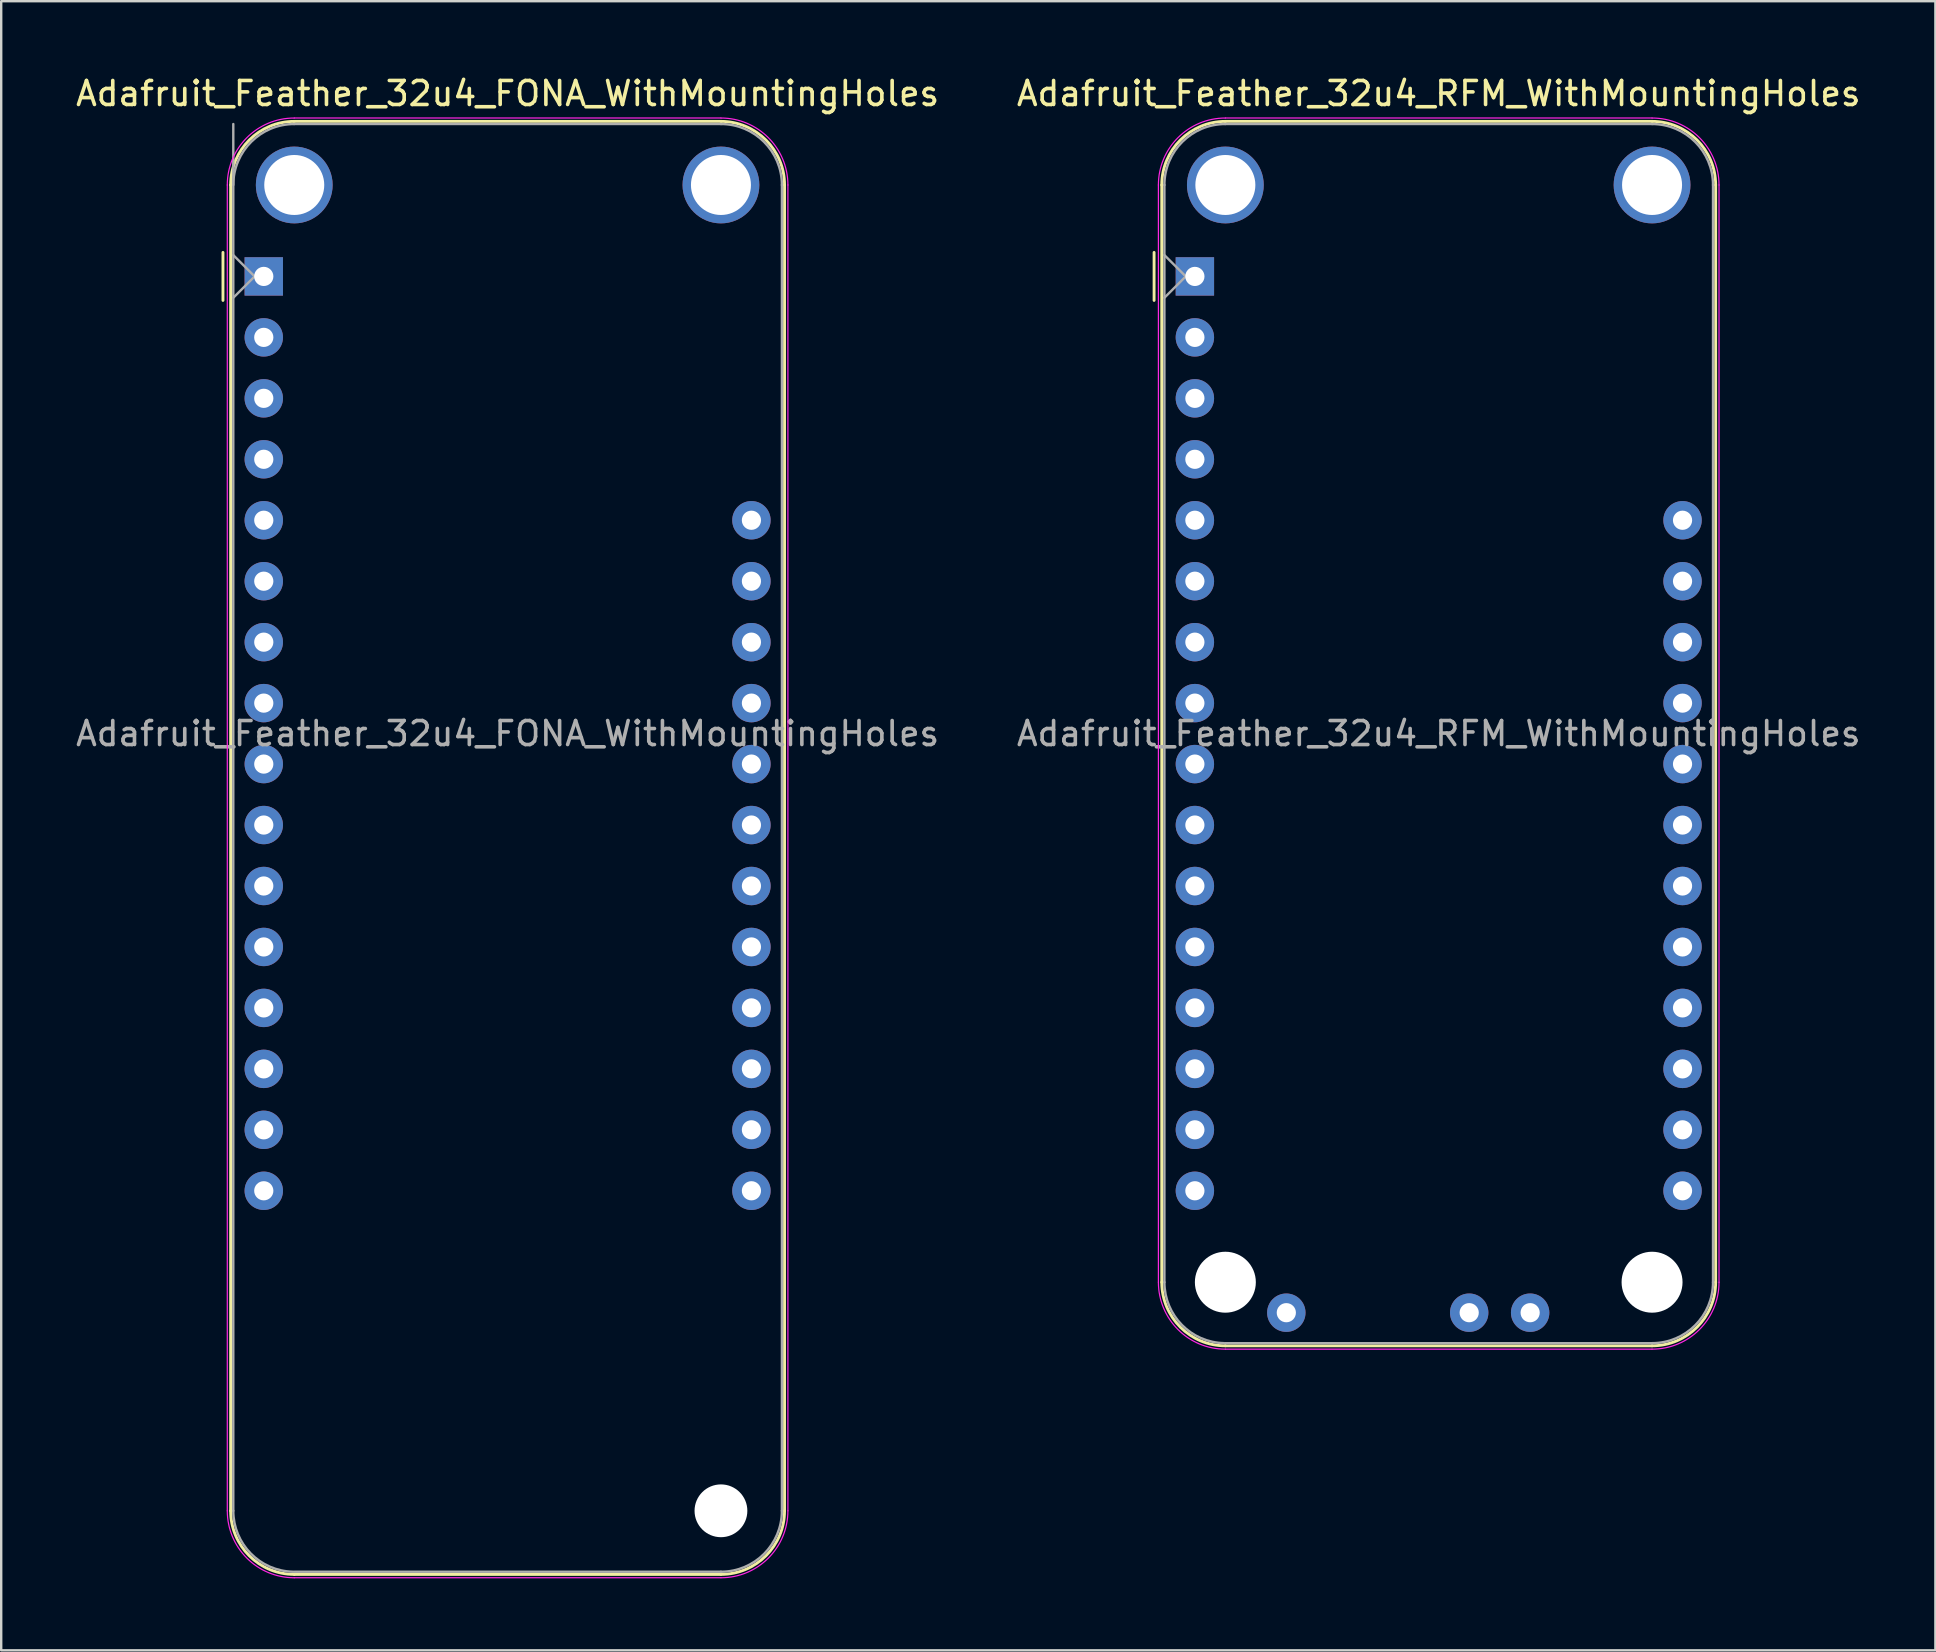
<source format=kicad_pcb>
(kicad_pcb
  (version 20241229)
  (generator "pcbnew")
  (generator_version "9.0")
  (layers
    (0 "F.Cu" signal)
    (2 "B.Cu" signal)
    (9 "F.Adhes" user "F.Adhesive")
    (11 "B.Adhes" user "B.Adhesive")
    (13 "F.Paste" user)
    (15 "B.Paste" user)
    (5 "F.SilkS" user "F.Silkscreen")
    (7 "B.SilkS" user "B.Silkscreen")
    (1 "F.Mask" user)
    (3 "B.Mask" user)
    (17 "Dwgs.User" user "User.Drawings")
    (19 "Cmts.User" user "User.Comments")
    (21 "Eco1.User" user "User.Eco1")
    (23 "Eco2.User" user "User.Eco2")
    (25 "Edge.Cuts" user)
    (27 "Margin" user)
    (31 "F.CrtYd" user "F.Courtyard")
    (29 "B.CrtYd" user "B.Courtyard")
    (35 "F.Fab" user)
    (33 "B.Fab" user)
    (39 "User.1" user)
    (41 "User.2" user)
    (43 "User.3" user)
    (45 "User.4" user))
  (footprint "Adafruit_Feather_32u4_FONA_WithMountingHoles"
    (layer "F.Cu")
    (at 7.941 8.468)
    (property "Reference" "Adafruit_Feather_32u4_FONA_WithMountingHoles" (at 10.16 -7.62 0) (layer "F.SilkS") (effects (font (size 1 1) (thickness 0.15))))
    (attr through_hole)
    (fp_line (start -1.7 1) (end -1.7 -1) (stroke (width 0.12) (type solid)) (layer "F.SilkS"))
    (fp_line (start -1.38 -3.81) (end -1.38 51.435) (stroke (width 0.12) (type solid)) (layer "F.SilkS"))
    (fp_line (start 19.05 -6.46) (end 1.27 -6.46) (stroke (width 0.12) (type solid)) (layer "F.SilkS"))
    (fp_line (start 19.05 54.085) (end 1.27 54.085) (stroke (width 0.12) (type solid)) (layer "F.SilkS"))
    (fp_line (start 21.7 -3.81) (end 21.7 51.435) (stroke (width 0.12) (type solid)) (layer "F.SilkS"))
    (fp_arc (start -1.38 -3.81) (mid -0.603833 -5.683833) (end 1.27 -6.46) (stroke (width 0.12) (type solid)) (layer "F.SilkS"))
    (fp_arc (start 1.27 54.085) (mid -0.603833 53.308833) (end -1.38 51.435) (stroke (width 0.12) (type solid)) (layer "F.SilkS"))
    (fp_arc (start 19.05 -6.46) (mid 20.923833 -5.683833) (end 21.7 -3.81) (stroke (width 0.12) (type solid)) (layer "F.SilkS"))
    (fp_arc (start 21.7 51.435) (mid 20.923833 53.308833) (end 19.05 54.085) (stroke (width 0.12) (type solid)) (layer "F.SilkS"))
    (fp_line (start -1.52 51.435) (end -1.52 -3.81) (stroke (width 0.05) (type solid)) (layer "F.CrtYd"))
    (fp_line (start 19.05 -6.6) (end 1.27 -6.6) (stroke (width 0.05) (type solid)) (layer "F.CrtYd"))
    (fp_line (start 19.05 54.225) (end 1.27 54.225) (stroke (width 0.05) (type solid)) (layer "F.CrtYd"))
    (fp_line (start 21.84 51.435) (end 21.84 -3.81) (stroke (width 0.05) (type solid)) (layer "F.CrtYd"))
    (fp_arc (start -1.52 -3.81) (mid -0.702828 -5.782828) (end 1.27 -6.6) (stroke (width 0.05) (type solid)) (layer "F.CrtYd"))
    (fp_arc (start 1.27 54.225) (mid -0.702828 53.407828) (end -1.52 51.435) (stroke (width 0.05) (type solid)) (layer "F.CrtYd"))
    (fp_arc (start 19.05 -6.6) (mid 21.022828 -5.782828) (end 21.84 -3.81) (stroke (width 0.05) (type solid)) (layer "F.CrtYd"))
    (fp_arc (start 21.84 51.435) (mid 21.022828 53.407828) (end 19.05 54.225) (stroke (width 0.05) (type solid)) (layer "F.CrtYd"))
    (fp_line (start -1.27 -6.35) (end -1.27 51.435) (stroke (width 0.1) (type solid)) (layer "F.Fab"))
    (fp_line (start -1.27 -0.889) (end -0.381 0) (stroke (width 0.1) (type solid)) (layer "F.Fab"))
    (fp_line (start -0.381 0) (end -1.27 0.889) (stroke (width 0.1) (type solid)) (layer "F.Fab"))
    (fp_line (start 1.27 53.975) (end 19.05 53.975) (stroke (width 0.1) (type solid)) (layer "F.Fab"))
    (fp_line (start 19.05 -6.35) (end 1.27 -6.35) (stroke (width 0.1) (type solid)) (layer "F.Fab"))
    (fp_line (start 21.59 51.435) (end 21.59 -3.81) (stroke (width 0.1) (type solid)) (layer "F.Fab"))
    (fp_arc (start -1.27 -3.81) (mid -0.526051 -5.606051) (end 1.27 -6.35) (stroke (width 0.1) (type solid)) (layer "F.Fab"))
    (fp_arc (start 1.221238 53.974532) (mid -0.543209 53.213728) (end -1.27 51.435) (stroke (width 0.1) (type solid)) (layer "F.Fab"))
    (fp_arc (start 19.05 -6.35) (mid 20.846051 -5.606051) (end 21.59 -3.81) (stroke (width 0.1) (type solid)) (layer "F.Fab"))
    (fp_arc (start 21.59 51.435) (mid 20.846051 53.231051) (end 19.05 53.975) (stroke (width 0.1) (type solid)) (layer "F.Fab"))
    (fp_text user "${REFERENCE}" (at 10.16 19.05 180) (layer "F.Fab") (effects (font (size 1 1) (thickness 0.15))))
    (pad "" np_thru_hole circle (at 1.27 -3.81 270) (size 3.2 3.2) (drill 2.5) (layers "*.Cu" "*.Mask"))
    (pad "" np_thru_hole circle (at 19.05 -3.81 270) (size 3.2 3.2) (drill 2.5) (layers "*.Cu" "*.Mask"))
    (pad "" np_thru_hole circle (at 19.05 51.435 270) (size 2.2 2.2) (drill 2.2) (layers "*.Cu" "*.Mask"))
    (pad "1" thru_hole rect (at 0 0 180) (size 1.6 1.6) (drill 0.8) (layers "*.Cu" "*.Mask"))
    (pad "2" thru_hole circle (at 0 2.54 180) (size 1.6 1.6) (drill 0.8) (layers "*.Cu" "*.Mask"))
    (pad "3" thru_hole circle (at 0 5.08 180) (size 1.6 1.6) (drill 0.8) (layers "*.Cu" "*.Mask"))
    (pad "4" thru_hole circle (at 0 7.62 180) (size 1.6 1.6) (drill 0.8) (layers "*.Cu" "*.Mask"))
    (pad "5" thru_hole circle (at 0 10.16 180) (size 1.6 1.6) (drill 0.8) (layers "*.Cu" "*.Mask"))
    (pad "6" thru_hole circle (at 0 12.7 180) (size 1.6 1.6) (drill 0.8) (layers "*.Cu" "*.Mask"))
    (pad "7" thru_hole circle (at 0 15.24 180) (size 1.6 1.6) (drill 0.8) (layers "*.Cu" "*.Mask"))
    (pad "8" thru_hole circle (at 0 17.78 180) (size 1.6 1.6) (drill 0.8) (layers "*.Cu" "*.Mask"))
    (pad "9" thru_hole circle (at 0 20.32 180) (size 1.6 1.6) (drill 0.8) (layers "*.Cu" "*.Mask"))
    (pad "10" thru_hole circle (at 0 22.86 180) (size 1.6 1.6) (drill 0.8) (layers "*.Cu" "*.Mask"))
    (pad "11" thru_hole circle (at 0 25.4 180) (size 1.6 1.6) (drill 0.8) (layers "*.Cu" "*.Mask"))
    (pad "12" thru_hole circle (at 0 27.94 180) (size 1.6 1.6) (drill 0.8) (layers "*.Cu" "*.Mask"))
    (pad "13" thru_hole circle (at 0 30.48 180) (size 1.6 1.6) (drill 0.8) (layers "*.Cu" "*.Mask"))
    (pad "14" thru_hole circle (at 0 33.02 180) (size 1.6 1.6) (drill 0.8) (layers "*.Cu" "*.Mask"))
    (pad "15" thru_hole circle (at 0 35.56 180) (size 1.6 1.6) (drill 0.8) (layers "*.Cu" "*.Mask"))
    (pad "16" thru_hole circle (at 0 38.1 180) (size 1.6 1.6) (drill 0.8) (layers "*.Cu" "*.Mask"))
    (pad "17" thru_hole circle (at 20.32 38.1 180) (size 1.6 1.6) (drill 0.8) (layers "*.Cu" "*.Mask"))
    (pad "18" thru_hole circle (at 20.32 35.56 180) (size 1.6 1.6) (drill 0.8) (layers "*.Cu" "*.Mask"))
    (pad "19" thru_hole circle (at 20.32 33.02 180) (size 1.6 1.6) (drill 0.8) (layers "*.Cu" "*.Mask"))
    (pad "20" thru_hole circle (at 20.32 30.48 180) (size 1.6 1.6) (drill 0.8) (layers "*.Cu" "*.Mask"))
    (pad "21" thru_hole circle (at 20.32 27.94 180) (size 1.6 1.6) (drill 0.8) (layers "*.Cu" "*.Mask"))
    (pad "22" thru_hole circle (at 20.32 25.4 180) (size 1.6 1.6) (drill 0.8) (layers "*.Cu" "*.Mask"))
    (pad "23" thru_hole circle (at 20.32 22.86 180) (size 1.6 1.6) (drill 0.8) (layers "*.Cu" "*.Mask"))
    (pad "24" thru_hole circle (at 20.32 20.32 180) (size 1.6 1.6) (drill 0.8) (layers "*.Cu" "*.Mask"))
    (pad "25" thru_hole circle (at 20.32 17.78 180) (size 1.6 1.6) (drill 0.8) (layers "*.Cu" "*.Mask"))
    (pad "26" thru_hole circle (at 20.32 15.24 180) (size 1.6 1.6) (drill 0.8) (layers "*.Cu" "*.Mask"))
    (pad "27" thru_hole circle (at 20.32 12.7 180) (size 1.6 1.6) (drill 0.8) (layers "*.Cu" "*.Mask"))
    (pad "28" thru_hole circle (at 20.32 10.16 180) (size 1.6 1.6) (drill 0.8) (layers "*.Cu" "*.Mask")))
  (footprint "Adafruit_Feather_32u4_RFM_WithMountingHoles"
    (layer "F.Cu")
    (at 46.739 8.468)
    (property "Reference" "Adafruit_Feather_32u4_RFM_WithMountingHoles" (at 10.16 -7.62 0) (layer "F.SilkS") (effects (font (size 1 1) (thickness 0.15))))
    (attr through_hole)
    (fp_line (start -1.7 1) (end -1.7 -1) (stroke (width 0.12) (type solid)) (layer "F.SilkS"))
    (fp_line (start -1.38 -3.81) (end -1.38 41.91) (stroke (width 0.12) (type solid)) (layer "F.SilkS"))
    (fp_line (start 19.05 -6.46) (end 1.27 -6.46) (stroke (width 0.12) (type solid)) (layer "F.SilkS"))
    (fp_line (start 19.05 44.56) (end 1.27 44.56) (stroke (width 0.12) (type solid)) (layer "F.SilkS"))
    (fp_line (start 21.7 -3.81) (end 21.7 41.91) (stroke (width 0.12) (type solid)) (layer "F.SilkS"))
    (fp_arc (start -1.38 -3.81) (mid -0.603833 -5.683833) (end 1.27 -6.46) (stroke (width 0.12) (type solid)) (layer "F.SilkS"))
    (fp_arc (start 1.27 44.56) (mid -0.603833 43.783833) (end -1.38 41.91) (stroke (width 0.12) (type solid)) (layer "F.SilkS"))
    (fp_arc (start 19.05 -6.46) (mid 20.923833 -5.683833) (end 21.7 -3.81) (stroke (width 0.12) (type solid)) (layer "F.SilkS"))
    (fp_arc (start 21.7 41.91) (mid 20.923833 43.783833) (end 19.05 44.56) (stroke (width 0.12) (type solid)) (layer "F.SilkS"))
    (fp_line (start -1.52 41.91) (end -1.52 -3.81) (stroke (width 0.05) (type solid)) (layer "F.CrtYd"))
    (fp_line (start 19.05 -6.6) (end 1.27 -6.6) (stroke (width 0.05) (type solid)) (layer "F.CrtYd"))
    (fp_line (start 19.05 44.7) (end 1.27 44.7) (stroke (width 0.05) (type solid)) (layer "F.CrtYd"))
    (fp_line (start 21.84 41.91) (end 21.84 -3.81) (stroke (width 0.05) (type solid)) (layer "F.CrtYd"))
    (fp_arc (start -1.52 -3.81) (mid -0.702828 -5.782828) (end 1.27 -6.6) (stroke (width 0.05) (type solid)) (layer "F.CrtYd"))
    (fp_arc (start 1.27 44.7) (mid -0.702828 43.882828) (end -1.52 41.91) (stroke (width 0.05) (type solid)) (layer "F.CrtYd"))
    (fp_arc (start 19.05 -6.6) (mid 21.022828 -5.782828) (end 21.84 -3.81) (stroke (width 0.05) (type solid)) (layer "F.CrtYd"))
    (fp_arc (start 21.84 41.91) (mid 21.022828 43.882828) (end 19.05 44.7) (stroke (width 0.05) (type solid)) (layer "F.CrtYd"))
    (fp_line (start -1.27 -3.81) (end -1.27 41.91) (stroke (width 0.1) (type solid)) (layer "F.Fab"))
    (fp_line (start -1.27 -0.889) (end -0.381 0) (stroke (width 0.1) (type solid)) (layer "F.Fab"))
    (fp_line (start -0.381 0) (end -1.27 0.889) (stroke (width 0.1) (type solid)) (layer "F.Fab"))
    (fp_line (start 1.27 44.45) (end 19.05 44.45) (stroke (width 0.1) (type solid)) (layer "F.Fab"))
    (fp_line (start 19.05 -6.35) (end 1.27 -6.35) (stroke (width 0.1) (type solid)) (layer "F.Fab"))
    (fp_line (start 21.59 41.91) (end 21.59 -3.81) (stroke (width 0.1) (type solid)) (layer "F.Fab"))
    (fp_arc (start -1.27 -3.81) (mid -0.526051 -5.606051) (end 1.27 -6.35) (stroke (width 0.1) (type solid)) (layer "F.Fab"))
    (fp_arc (start 1.221238 44.449532) (mid -0.543209 43.688728) (end -1.27 41.91) (stroke (width 0.1) (type solid)) (layer "F.Fab"))
    (fp_arc (start 19.05 -6.35) (mid 20.846051 -5.606051) (end 21.59 -3.81) (stroke (width 0.1) (type solid)) (layer "F.Fab"))
    (fp_arc (start 21.59 41.91) (mid 20.846051 43.706051) (end 19.05 44.45) (stroke (width 0.1) (type solid)) (layer "F.Fab"))
    (fp_text user "${REFERENCE}" (at 10.16 19.05 180) (layer "F.Fab") (effects (font (size 1 1) (thickness 0.15))))
    (pad "" np_thru_hole circle (at 1.27 -3.81 270) (size 3.2 3.2) (drill 2.5) (layers "*.Cu" "*.Mask"))
    (pad "" np_thru_hole circle (at 1.27 41.91 270) (size 2.54 2.54) (drill 2.54) (layers "*.Cu" "*.Mask"))
    (pad "" np_thru_hole circle (at 19.05 -3.81 270) (size 3.2 3.2) (drill 2.5) (layers "*.Cu" "*.Mask"))
    (pad "" np_thru_hole circle (at 19.05 41.91 270) (size 2.54 2.54) (drill 2.54) (layers "*.Cu" "*.Mask"))
    (pad "1" thru_hole rect (at 0 0 180) (size 1.6 1.6) (drill 0.8) (layers "*.Cu" "*.Mask"))
    (pad "2" thru_hole circle (at 0 2.54 180) (size 1.6 1.6) (drill 0.8) (layers "*.Cu" "*.Mask"))
    (pad "3" thru_hole circle (at 0 5.08 180) (size 1.6 1.6) (drill 0.8) (layers "*.Cu" "*.Mask"))
    (pad "4" thru_hole circle (at 0 7.62 180) (size 1.6 1.6) (drill 0.8) (layers "*.Cu" "*.Mask"))
    (pad "5" thru_hole circle (at 0 10.16 180) (size 1.6 1.6) (drill 0.8) (layers "*.Cu" "*.Mask"))
    (pad "6" thru_hole circle (at 0 12.7 180) (size 1.6 1.6) (drill 0.8) (layers "*.Cu" "*.Mask"))
    (pad "7" thru_hole circle (at 0 15.24 180) (size 1.6 1.6) (drill 0.8) (layers "*.Cu" "*.Mask"))
    (pad "8" thru_hole circle (at 0 17.78 180) (size 1.6 1.6) (drill 0.8) (layers "*.Cu" "*.Mask"))
    (pad "9" thru_hole circle (at 0 20.32 180) (size 1.6 1.6) (drill 0.8) (layers "*.Cu" "*.Mask"))
    (pad "10" thru_hole circle (at 0 22.86 180) (size 1.6 1.6) (drill 0.8) (layers "*.Cu" "*.Mask"))
    (pad "11" thru_hole circle (at 0 25.4 180) (size 1.6 1.6) (drill 0.8) (layers "*.Cu" "*.Mask"))
    (pad "12" thru_hole circle (at 0 27.94 180) (size 1.6 1.6) (drill 0.8) (layers "*.Cu" "*.Mask"))
    (pad "13" thru_hole circle (at 0 30.48 180) (size 1.6 1.6) (drill 0.8) (layers "*.Cu" "*.Mask"))
    (pad "14" thru_hole circle (at 0 33.02 180) (size 1.6 1.6) (drill 0.8) (layers "*.Cu" "*.Mask"))
    (pad "15" thru_hole circle (at 0 35.56 180) (size 1.6 1.6) (drill 0.8) (layers "*.Cu" "*.Mask"))
    (pad "16" thru_hole circle (at 0 38.1 180) (size 1.6 1.6) (drill 0.8) (layers "*.Cu" "*.Mask"))
    (pad "17" thru_hole circle (at 20.32 38.1 180) (size 1.6 1.6) (drill 0.8) (layers "*.Cu" "*.Mask"))
    (pad "18" thru_hole circle (at 20.32 35.56 180) (size 1.6 1.6) (drill 0.8) (layers "*.Cu" "*.Mask"))
    (pad "19" thru_hole circle (at 20.32 33.02 180) (size 1.6 1.6) (drill 0.8) (layers "*.Cu" "*.Mask"))
    (pad "20" thru_hole circle (at 20.32 30.48 180) (size 1.6 1.6) (drill 0.8) (layers "*.Cu" "*.Mask"))
    (pad "21" thru_hole circle (at 20.32 27.94 180) (size 1.6 1.6) (drill 0.8) (layers "*.Cu" "*.Mask"))
    (pad "22" thru_hole circle (at 20.32 25.4 180) (size 1.6 1.6) (drill 0.8) (layers "*.Cu" "*.Mask"))
    (pad "23" thru_hole circle (at 20.32 22.86 180) (size 1.6 1.6) (drill 0.8) (layers "*.Cu" "*.Mask"))
    (pad "24" thru_hole circle (at 20.32 20.32 180) (size 1.6 1.6) (drill 0.8) (layers "*.Cu" "*.Mask"))
    (pad "25" thru_hole circle (at 20.32 17.78 180) (size 1.6 1.6) (drill 0.8) (layers "*.Cu" "*.Mask"))
    (pad "26" thru_hole circle (at 20.32 15.24 180) (size 1.6 1.6) (drill 0.8) (layers "*.Cu" "*.Mask"))
    (pad "27" thru_hole circle (at 20.32 12.7 180) (size 1.6 1.6) (drill 0.8) (layers "*.Cu" "*.Mask"))
    (pad "28" thru_hole circle (at 20.32 10.16 180) (size 1.6 1.6) (drill 0.8) (layers "*.Cu" "*.Mask"))
    (pad "29" thru_hole circle (at 13.97 43.18 180) (size 1.6 1.6) (drill 0.8) (layers "*.Cu" "*.Mask"))
    (pad "30" thru_hole circle (at 11.43 43.18 180) (size 1.6 1.6) (drill 0.8) (layers "*.Cu" "*.Mask"))
    (pad "31" thru_hole circle (at 3.81 43.18 180) (size 1.6 1.6) (drill 0.8) (layers "*.Cu" "*.Mask")))
  (gr_rect
    (start -3 -3)
    (end 77.595 65.718)
    (stroke (width 0.1) (type default))
    (fill no)
    (layer "Edge.Cuts")))
</source>
